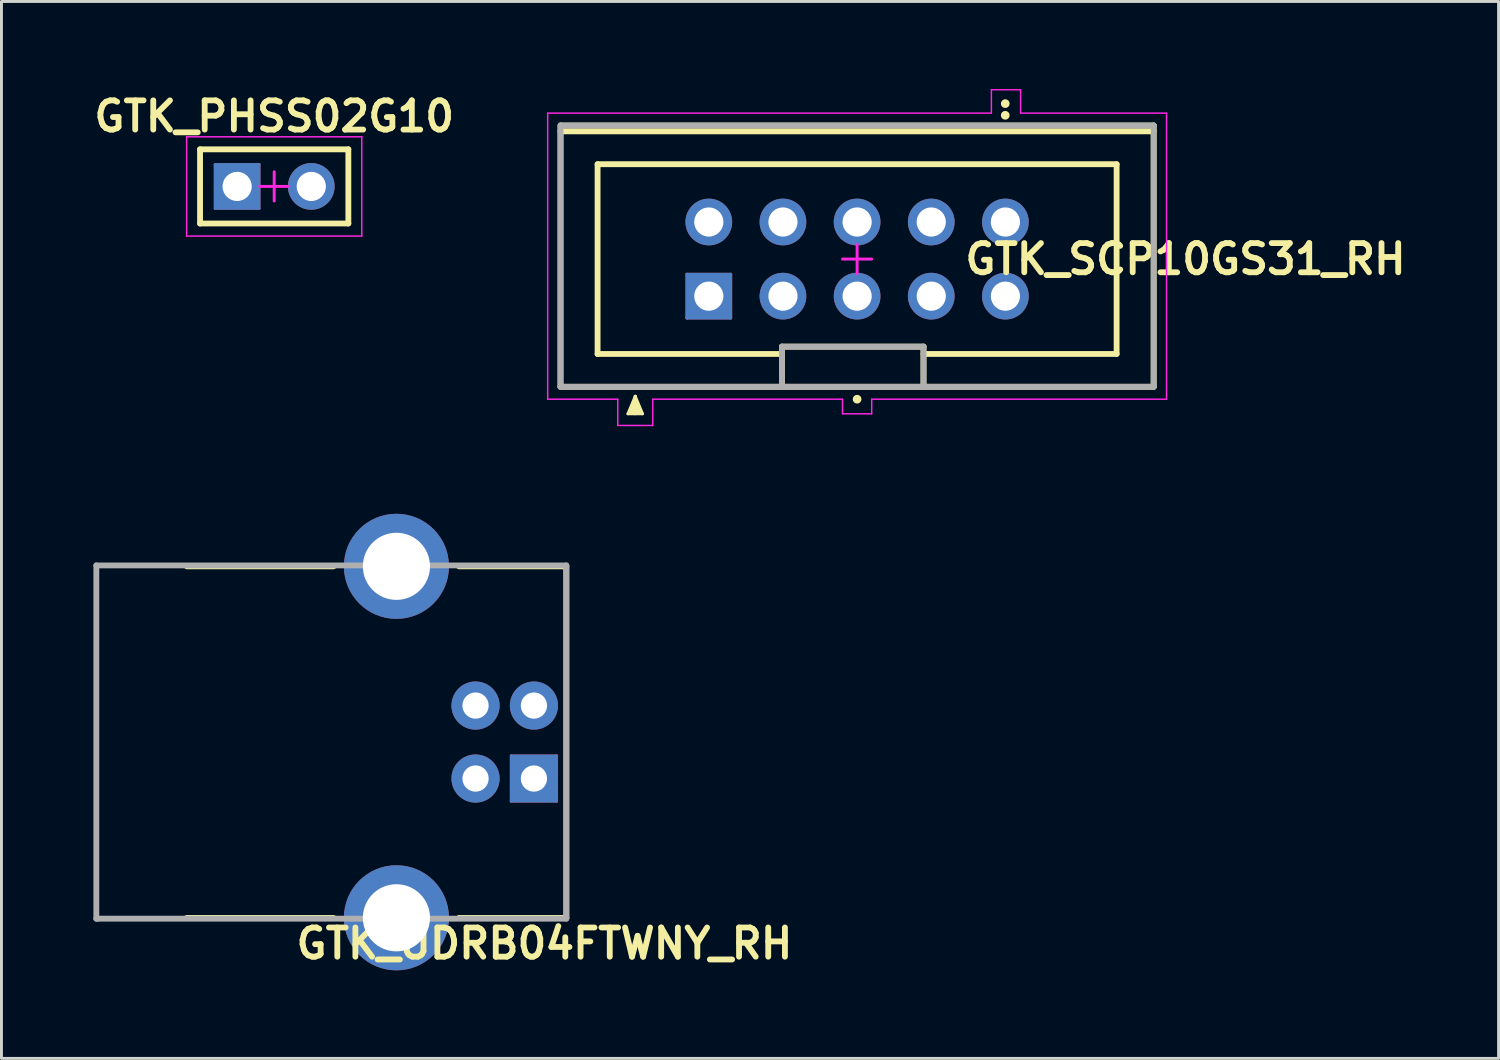
<source format=kicad_pcb>
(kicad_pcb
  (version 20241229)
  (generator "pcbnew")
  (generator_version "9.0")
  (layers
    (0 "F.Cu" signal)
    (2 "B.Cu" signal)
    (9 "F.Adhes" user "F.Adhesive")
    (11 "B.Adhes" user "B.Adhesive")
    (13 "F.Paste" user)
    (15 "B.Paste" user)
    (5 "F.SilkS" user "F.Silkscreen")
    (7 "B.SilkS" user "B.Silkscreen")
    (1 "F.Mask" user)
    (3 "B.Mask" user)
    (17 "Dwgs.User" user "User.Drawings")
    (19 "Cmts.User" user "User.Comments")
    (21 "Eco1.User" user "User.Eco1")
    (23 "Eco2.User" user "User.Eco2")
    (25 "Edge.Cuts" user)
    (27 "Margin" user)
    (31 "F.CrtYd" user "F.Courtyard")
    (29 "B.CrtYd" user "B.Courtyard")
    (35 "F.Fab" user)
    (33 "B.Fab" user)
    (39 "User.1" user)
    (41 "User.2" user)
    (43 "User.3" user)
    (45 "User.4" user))
  (footprint "GTK_SCP10GS31_RH"
    (layer "F.Cu")
    (at 26.311 5.825)
    (property "Reference" "GTK_SCP10GS31_RH" (at 11.25 0 0) (layer "F.SilkS") (effects (font (size 1 1) (thickness 0.2))))
    (attr through_hole)
    (fp_line (start -5.83 0.52) (end -4.33 0.52) (stroke (width 0.1) (type solid)) (layer "F.Cu"))
    (fp_line (start -5.83 2.02) (end -5.83 0.52) (stroke (width 0.1) (type solid)) (layer "F.Cu"))
    (fp_line (start -4.33 0.52) (end -4.33 2.02) (stroke (width 0.1) (type solid)) (layer "F.Cu"))
    (fp_line (start -4.33 2.02) (end -5.83 2.02) (stroke (width 0.1) (type solid)) (layer "F.Cu"))
    (fp_line (start -5.83 0.52) (end -4.33 0.52) (stroke (width 0.3) (type solid)) (layer "F.Mask"))
    (fp_line (start -5.83 2.02) (end -5.83 0.52) (stroke (width 0.3) (type solid)) (layer "F.Mask"))
    (fp_line (start -4.33 0.52) (end -4.33 2.02) (stroke (width 0.3) (type solid)) (layer "F.Mask"))
    (fp_line (start -4.33 2.02) (end -5.83 2.02) (stroke (width 0.3) (type solid)) (layer "F.Mask"))
    (fp_line (start -5.83 0.52) (end -4.33 0.52) (stroke (width 0.1) (type solid)) (layer "B.Cu"))
    (fp_line (start -5.83 2.02) (end -5.83 0.52) (stroke (width 0.1) (type solid)) (layer "B.Cu"))
    (fp_line (start -4.33 0.52) (end -4.33 2.02) (stroke (width 0.1) (type solid)) (layer "B.Cu"))
    (fp_line (start -4.33 2.02) (end -5.83 2.02) (stroke (width 0.1) (type solid)) (layer "B.Cu"))
    (fp_line (start -5.83 0.52) (end -5.83 2.02) (stroke (width 0.3) (type solid)) (layer "B.Mask"))
    (fp_line (start -5.83 2.02) (end -4.33 2.02) (stroke (width 0.3) (type solid)) (layer "B.Mask"))
    (fp_line (start -4.33 0.52) (end -5.83 0.52) (stroke (width 0.3) (type solid)) (layer "B.Mask"))
    (fp_line (start -4.33 2.02) (end -4.33 0.52) (stroke (width 0.3) (type solid)) (layer "B.Mask"))
    (fp_line (start -10.16 -4.575) (end -10.16 4.375) (stroke (width 0.2) (type solid)) (layer "F.SilkS"))
    (fp_line (start -8.89 -3.25) (end -8.89 3.25) (stroke (width 0.2) (type solid)) (layer "F.SilkS"))
    (fp_line (start -8.89 -3.25) (end 8.89 -3.25) (stroke (width 0.2) (type solid)) (layer "F.SilkS"))
    (fp_line (start -7.85 5.3) (end -7.35 5.3) (stroke (width 0.1) (type solid)) (layer "F.SilkS"))
    (fp_line (start -7.7 5.2) (end -7.6 5) (stroke (width 0.2) (type solid)) (layer "F.SilkS"))
    (fp_line (start -7.6 4.7) (end -7.85 5.3) (stroke (width 0.1) (type solid)) (layer "F.SilkS"))
    (fp_line (start -7.6 4.7) (end -7.6 5) (stroke (width 0.1) (type solid)) (layer "F.SilkS"))
    (fp_line (start -7.6 4.7) (end -7.35 5.3) (stroke (width 0.1) (type solid)) (layer "F.SilkS"))
    (fp_line (start -7.6 5) (end -7.5 5.2) (stroke (width 0.2) (type solid)) (layer "F.SilkS"))
    (fp_line (start -7.6 5.3) (end -7.6 4.7) (stroke (width 0.1) (type solid)) (layer "F.SilkS"))
    (fp_line (start -2.575 3) (end -2.575 4.375) (stroke (width 0.2) (type solid)) (layer "F.SilkS"))
    (fp_line (start -2.575 3.25) (end -8.89 3.25) (stroke (width 0.2) (type solid)) (layer "F.SilkS"))
    (fp_line (start 2.275 3) (end -2.575 3) (stroke (width 0.2) (type solid)) (layer "F.SilkS"))
    (fp_line (start 2.275 3) (end 2.275 4.375) (stroke (width 0.2) (type solid)) (layer "F.SilkS"))
    (fp_line (start 8.89 -3.25) (end 8.89 3.25) (stroke (width 0.2) (type solid)) (layer "F.SilkS"))
    (fp_line (start 8.89 3.25) (end 2.275 3.25) (stroke (width 0.2) (type solid)) (layer "F.SilkS"))
    (fp_line (start 10.16 -4.575) (end -10.15 -4.575) (stroke (width 0.2) (type solid)) (layer "F.SilkS"))
    (fp_line (start 10.16 -4.375) (end -10.16 -4.375) (stroke (width 0.2) (type solid)) (layer "F.SilkS"))
    (fp_line (start 10.16 4.375) (end -10.16 4.375) (stroke (width 0.2) (type solid)) (layer "F.SilkS"))
    (fp_line (start 10.16 4.375) (end 10.16 -4.575) (stroke (width 0.2) (type solid)) (layer "F.SilkS"))
    (fp_circle (center 0 4.8) (end 0.075 4.8) (stroke (width 0.15) (type solid)) (fill no) (layer "F.SilkS"))
    (fp_circle (center 5.075 -5.325) (end 5.15 -5.325) (stroke (width 0.15) (type solid)) (fill no) (layer "F.SilkS"))
    (fp_circle (center 5.075 -4.925) (end 5.15 -4.925) (stroke (width 0.15) (type solid)) (fill no) (layer "F.SilkS"))
    (fp_line (start -10.6 4.8) (end -10.6 -5) (stroke (width 0.05) (type solid)) (layer "F.CrtYd"))
    (fp_line (start -10.6 4.8) (end -8.2 4.8) (stroke (width 0.05) (type solid)) (layer "F.CrtYd"))
    (fp_line (start -8.2 4.8) (end -8.2 5.7) (stroke (width 0.05) (type solid)) (layer "F.CrtYd"))
    (fp_line (start -8.2 5.7) (end -7 5.7) (stroke (width 0.05) (type solid)) (layer "F.CrtYd"))
    (fp_line (start -7 4.8) (end -0.5 4.8) (stroke (width 0.05) (type solid)) (layer "F.CrtYd"))
    (fp_line (start -7 5.7) (end -7 4.8) (stroke (width 0.05) (type solid)) (layer "F.CrtYd"))
    (fp_line (start -0.5 0) (end 0.5 0) (stroke (width 0.1) (type solid)) (layer "F.CrtYd"))
    (fp_line (start -0.5 4.8) (end -0.5 5.2) (stroke (width 0.05) (type solid)) (layer "F.CrtYd"))
    (fp_line (start -0.5 5.2) (end -0.5 5.3) (stroke (width 0.05) (type solid)) (layer "F.CrtYd"))
    (fp_line (start -0.5 5.3) (end 0.5 5.3) (stroke (width 0.05) (type solid)) (layer "F.CrtYd"))
    (fp_line (start 0 -0.5) (end 0 0.5) (stroke (width 0.1) (type solid)) (layer "F.CrtYd"))
    (fp_line (start 0.5 4.8) (end 10.6 4.8) (stroke (width 0.05) (type solid)) (layer "F.CrtYd"))
    (fp_line (start 0.5 5.3) (end 0.5 4.8) (stroke (width 0.05) (type solid)) (layer "F.CrtYd"))
    (fp_line (start 4.6 -5.8) (end 4.6 -5) (stroke (width 0.05) (type solid)) (layer "F.CrtYd"))
    (fp_line (start 4.6 -5) (end -10.6 -5) (stroke (width 0.05) (type solid)) (layer "F.CrtYd"))
    (fp_line (start 5.6 -5.8) (end 4.6 -5.8) (stroke (width 0.05) (type solid)) (layer "F.CrtYd"))
    (fp_line (start 5.6 -5) (end 5.6 -5.8) (stroke (width 0.05) (type solid)) (layer "F.CrtYd"))
    (fp_line (start 10.6 -5) (end 5.6 -5) (stroke (width 0.05) (type solid)) (layer "F.CrtYd"))
    (fp_line (start 10.6 4.8) (end 10.6 -5) (stroke (width 0.05) (type solid)) (layer "F.CrtYd"))
    (fp_line (start -10.16 -4.575) (end -10.16 4.375) (stroke (width 0.2) (type solid)) (layer "F.Fab"))
    (fp_line (start -2.575 3) (end -2.575 4.375) (stroke (width 0.2) (type solid)) (layer "F.Fab"))
    (fp_line (start 2.275 3) (end -2.575 3) (stroke (width 0.2) (type solid)) (layer "F.Fab"))
    (fp_line (start 2.275 3) (end 2.275 4.375) (stroke (width 0.2) (type solid)) (layer "F.Fab"))
    (fp_line (start 10.16 -4.575) (end -10.15 -4.575) (stroke (width 0.2) (type solid)) (layer "F.Fab"))
    (fp_line (start 10.16 4.375) (end -10.16 4.375) (stroke (width 0.2) (type solid)) (layer "F.Fab"))
    (fp_line (start 10.16 4.375) (end 10.16 -4.575) (stroke (width 0.2) (type solid)) (layer "F.Fab"))
    (pad "1" thru_hole rect (at -5.08 1.27) (size 1.5 1.5) (drill 1) (layers "*.Cu" "*.Mask"))
    (pad "2" thru_hole circle (at -5.08 -1.27) (size 1.6 1.6) (drill 1) (layers "*.Cu" "*.Mask"))
    (pad "3" thru_hole circle (at -2.54 1.27) (size 1.6 1.6) (drill 1) (layers "*.Cu" "*.Mask"))
    (pad "4" thru_hole circle (at -2.54 -1.27) (size 1.6 1.6) (drill 1) (layers "*.Cu" "*.Mask"))
    (pad "5" thru_hole circle (at 0 1.27) (size 1.6 1.6) (drill 1) (layers "*.Cu" "*.Mask"))
    (pad "6" thru_hole circle (at 0 -1.27) (size 1.6 1.6) (drill 1) (layers "*.Cu" "*.Mask"))
    (pad "7" thru_hole circle (at 2.54 1.27) (size 1.6 1.6) (drill 1) (layers "*.Cu" "*.Mask"))
    (pad "8" thru_hole circle (at 2.54 -1.27) (size 1.6 1.6) (drill 1) (layers "*.Cu" "*.Mask"))
    (pad "9" thru_hole circle (at 5.08 1.27) (size 1.6 1.6) (drill 1) (layers "*.Cu" "*.Mask"))
    (pad "10" thru_hole circle (at 5.08 -1.27) (size 1.6 1.6) (drill 1) (layers "*.Cu" "*.Mask")))
  (footprint "GTK_UDRB04FTWNY_RH"
    (layer "F.Cu")
    (at 0.25 22.37)
    (property "Reference" "GTK_UDRB04FTWNY_RH" (at 15.35 6.9 0) (layer "F.SilkS") (effects (font (size 1 1) (thickness 0.2))))
    (attr through_hole)
    (fp_line (start 14.215 0.475) (end 15.765 0.475) (stroke (width 0.1) (type solid)) (layer "F.Cu"))
    (fp_line (start 14.215 2.025) (end 14.215 0.475) (stroke (width 0.1) (type solid)) (layer "F.Cu"))
    (fp_line (start 15.765 0.475) (end 15.765 2.025) (stroke (width 0.1) (type solid)) (layer "F.Cu"))
    (fp_line (start 15.765 2.025) (end 14.215 2.025) (stroke (width 0.1) (type solid)) (layer "F.Cu"))
    (fp_line (start 14.165 0.425) (end 15.815 0.425) (stroke (width 0.2) (type solid)) (layer "F.Mask"))
    (fp_line (start 14.165 2.075) (end 14.165 0.425) (stroke (width 0.2) (type solid)) (layer "F.Mask"))
    (fp_line (start 15.815 0.425) (end 15.815 2.075) (stroke (width 0.2) (type solid)) (layer "F.Mask"))
    (fp_line (start 15.815 2.075) (end 14.165 2.075) (stroke (width 0.2) (type solid)) (layer "F.Mask"))
    (fp_line (start 14.215 0.475) (end 15.765 0.475) (stroke (width 0.1) (type solid)) (layer "B.Cu"))
    (fp_line (start 14.215 2.025) (end 14.215 0.475) (stroke (width 0.1) (type solid)) (layer "B.Cu"))
    (fp_line (start 15.765 0.475) (end 15.765 2.025) (stroke (width 0.1) (type solid)) (layer "B.Cu"))
    (fp_line (start 15.765 2.025) (end 14.215 2.025) (stroke (width 0.1) (type solid)) (layer "B.Cu"))
    (fp_line (start 14.165 0.425) (end 15.815 0.425) (stroke (width 0.2) (type solid)) (layer "B.Mask"))
    (fp_line (start 14.165 2.075) (end 14.165 0.425) (stroke (width 0.2) (type solid)) (layer "B.Mask"))
    (fp_line (start 15.815 0.425) (end 15.815 2.075) (stroke (width 0.2) (type solid)) (layer "B.Mask"))
    (fp_line (start 15.815 2.075) (end 14.165 2.075) (stroke (width 0.2) (type solid)) (layer "B.Mask"))
    (fp_line (start 3.1 -6.02) (end 8.125 -6.02) (stroke (width 0.2) (type solid)) (layer "F.SilkS"))
    (fp_line (start 3.1 6.025) (end 8.125 6.025) (stroke (width 0.2) (type solid)) (layer "F.SilkS"))
    (fp_line (start 16.1 -6.02) (end 12.425 -6.02) (stroke (width 0.2) (type solid)) (layer "F.SilkS"))
    (fp_line (start 16.1 6.02) (end 16.1 -6.02) (stroke (width 0.2) (type solid)) (layer "F.SilkS"))
    (fp_line (start 16.1 6.025) (end 12.425 6.025) (stroke (width 0.2) (type solid)) (layer "F.SilkS"))
    (fp_line (start 0 -6.05) (end 16.1 -6.05) (stroke (width 0.2) (type solid)) (layer "F.Fab"))
    (fp_line (start 0 6.05) (end 0 -6.05) (stroke (width 0.2) (type solid)) (layer "F.Fab"))
    (fp_line (start 0.05 6.05) (end 0 6.05) (stroke (width 0.2) (type solid)) (layer "F.Fab"))
    (fp_line (start 16.1 -6.05) (end 16.1 6.05) (stroke (width 0.2) (type solid)) (layer "F.Fab"))
    (fp_line (start 16.1 6.05) (end 0.05 6.05) (stroke (width 0.2) (type solid)) (layer "F.Fab"))
    (pad "1" thru_hole rect (at 14.99 1.25) (size 1.55 1.55) (drill 0.9) (layers "*.Cu" "*.Mask"))
    (pad "2" thru_hole circle (at 14.99 -1.25) (size 1.65 1.65) (drill 0.9) (layers "*.Cu" "*.Mask"))
    (pad "3" thru_hole circle (at 12.99 -1.25) (size 1.65 1.65) (drill 0.9) (layers "*.Cu" "*.Mask"))
    (pad "4" thru_hole circle (at 12.99 1.25) (size 1.65 1.65) (drill 0.9) (layers "*.Cu" "*.Mask"))
    (pad "G1" thru_hole circle (at 10.28 -6.02) (size 3.6 3.6) (drill 2.3) (layers "*.Cu" "*.Mask"))
    (pad "G2" thru_hole circle (at 10.28 6.02) (size 3.6 3.6) (drill 2.3) (layers "*.Cu" "*.Mask")))
  (footprint "GTK_PHSS02G10"
    (layer "F.Cu")
    (at 6.343 3.336)
    (property "Reference" "GTK_PHSS02G10" (at 0 -2.4 0) (layer "F.SilkS") (effects (font (size 1 1) (thickness 0.2))))
    (attr through_hole)
    (fp_line (start -2.02 -0.75) (end -0.52 -0.75) (stroke (width 0.1) (type solid)) (layer "F.Cu"))
    (fp_line (start -2.02 0.75) (end -2.02 -0.75) (stroke (width 0.1) (type solid)) (layer "F.Cu"))
    (fp_line (start -0.52 -0.75) (end -0.52 0.75) (stroke (width 0.1) (type solid)) (layer "F.Cu"))
    (fp_line (start -0.52 0.75) (end -2.02 0.75) (stroke (width 0.1) (type solid)) (layer "F.Cu"))
    (fp_line (start -2.02 -0.75) (end -0.52 -0.75) (stroke (width 0.3) (type solid)) (layer "F.Mask"))
    (fp_line (start -2.02 0.75) (end -2.02 -0.75) (stroke (width 0.3) (type solid)) (layer "F.Mask"))
    (fp_line (start -0.52 -0.75) (end -0.52 0.75) (stroke (width 0.3) (type solid)) (layer "F.Mask"))
    (fp_line (start -0.52 0.75) (end -2.02 0.75) (stroke (width 0.3) (type solid)) (layer "F.Mask"))
    (fp_line (start -2.02 -0.75) (end -0.52 -0.75) (stroke (width 0.1) (type solid)) (layer "B.Cu"))
    (fp_line (start -2.02 0.75) (end -2.02 -0.75) (stroke (width 0.1) (type solid)) (layer "B.Cu"))
    (fp_line (start -0.52 -0.75) (end -0.52 0.75) (stroke (width 0.1) (type solid)) (layer "B.Cu"))
    (fp_line (start -0.52 0.75) (end -2.02 0.75) (stroke (width 0.1) (type solid)) (layer "B.Cu"))
    (fp_line (start -2.02 -0.75) (end -2.02 0.75) (stroke (width 0.3) (type solid)) (layer "B.Mask"))
    (fp_line (start -2.02 0.75) (end -0.52 0.75) (stroke (width 0.3) (type solid)) (layer "B.Mask"))
    (fp_line (start -0.52 -0.75) (end -2.02 -0.75) (stroke (width 0.3) (type solid)) (layer "B.Mask"))
    (fp_line (start -0.52 0.75) (end -0.52 -0.75) (stroke (width 0.3) (type solid)) (layer "B.Mask"))
    (fp_line (start -2.54 -1.27) (end -2.54 1.27) (stroke (width 0.2) (type solid)) (layer "F.SilkS"))
    (fp_line (start -2.54 1.27) (end 2.54 1.27) (stroke (width 0.2) (type solid)) (layer "F.SilkS"))
    (fp_line (start 2.54 -1.27) (end -2.54 -1.27) (stroke (width 0.2) (type solid)) (layer "F.SilkS"))
    (fp_line (start 2.54 1.27) (end 2.54 -1.27) (stroke (width 0.2) (type solid)) (layer "F.SilkS"))
    (fp_line (start -3 -1.7) (end 3 -1.7) (stroke (width 0.05) (type solid)) (layer "F.CrtYd"))
    (fp_line (start -3 1.7) (end -3 -1.7) (stroke (width 0.05) (type solid)) (layer "F.CrtYd"))
    (fp_line (start -0.5 0) (end 0.5 0) (stroke (width 0.1) (type solid)) (layer "F.CrtYd"))
    (fp_line (start 0 -0.5) (end 0 0.5) (stroke (width 0.1) (type solid)) (layer "F.CrtYd"))
    (fp_line (start 3 -1.7) (end 3 1.7) (stroke (width 0.05) (type solid)) (layer "F.CrtYd"))
    (fp_line (start 3 1.7) (end -3 1.7) (stroke (width 0.05) (type solid)) (layer "F.CrtYd"))
    (pad "1" thru_hole rect (at -1.27 0) (size 1.5 1.5) (drill 1) (layers "*.Cu" "*.Mask"))
    (pad "2" thru_hole circle (at 1.27 0) (size 1.6 1.6) (drill 1) (layers "*.Cu" "*.Mask")))
  (gr_rect
    (start -3 -3)
    (end 48.285 33.206)
    (stroke (width 0.1) (type default))
    (fill no)
    (layer "Edge.Cuts")))
</source>
